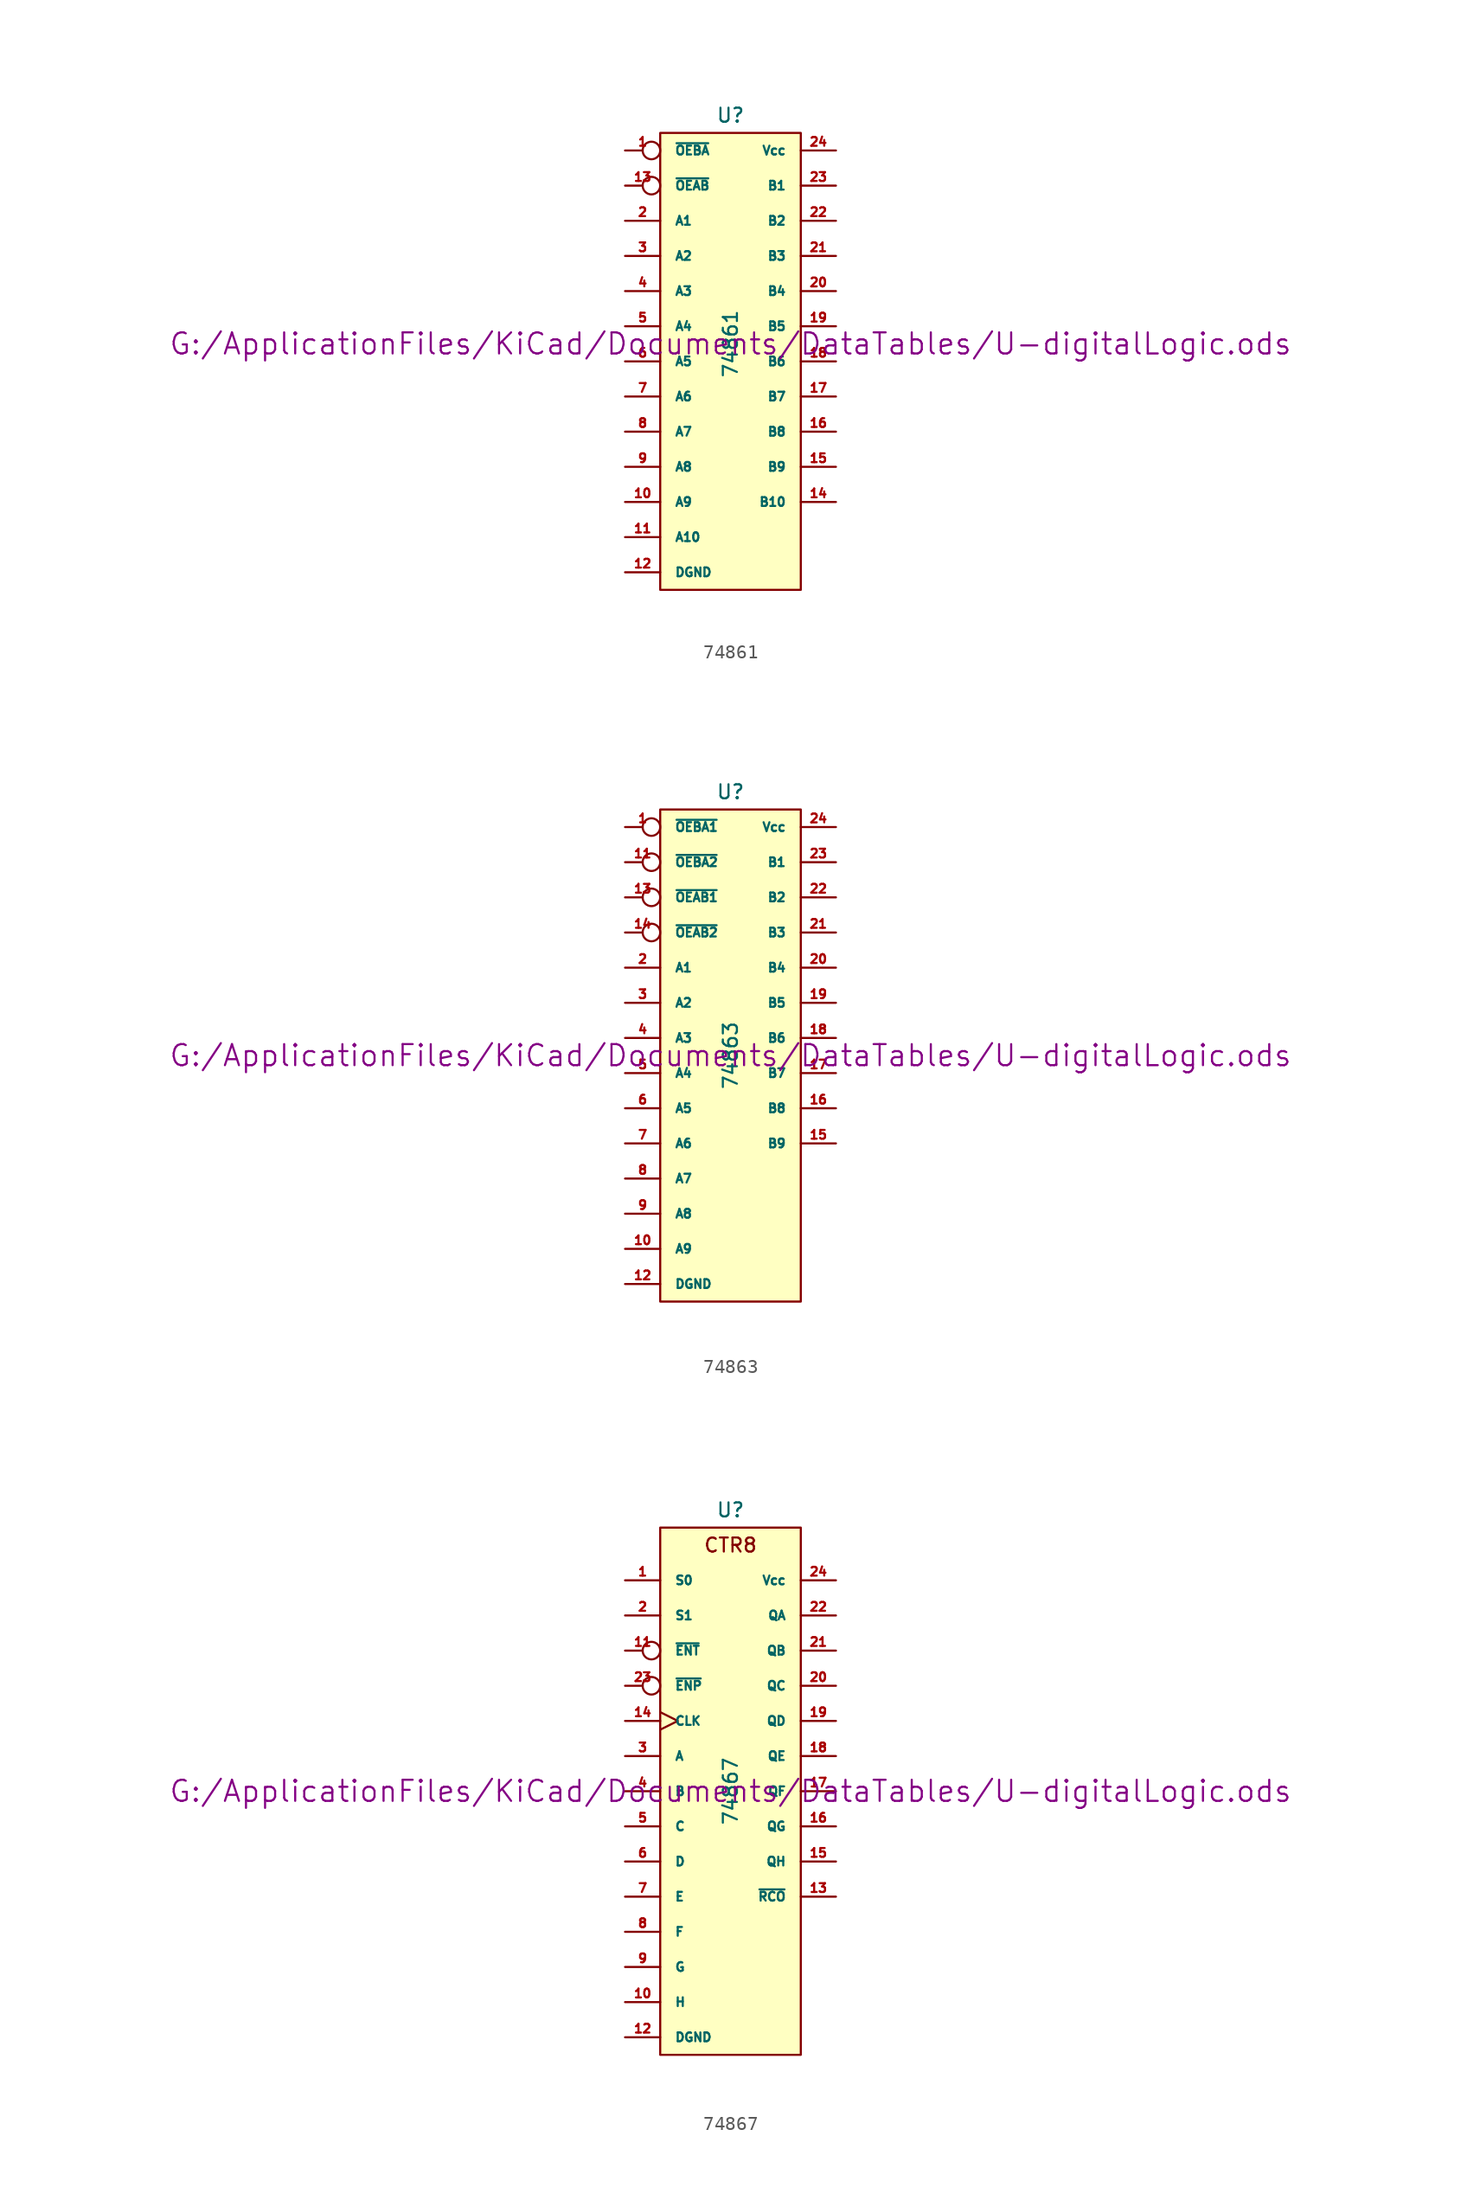
<source format=kicad_sym>
(kicad_symbol_lib
  (version 20211014)
  (generator kicad_symbol_editor)
  (symbol "74861"
    (pin_names
      (offset 1.016))
    (property "Reference" "U"
      (at 0 16.51 0)
      (effects (font (size 1.016 1.016))))
    (property "Value" "74861"
      (at 0 0 90)
      (effects (font (size 1.016 1.016))))
    (property "Footprint" ""
      (at 0 0 0)
      (effects (font (size 1.524 1.524))))
    (property "Datasheet" "G:/ApplicationFiles/KiCad/Documents/DataTables/U-digitalLogic.ods"
      (at 0 0 0)
      (effects (font (size 1.524 1.524))))
    (symbol "74861_0_1"
      (rectangle (start -5.08 15.24) (end 5.08 -17.78) (stroke (width 0) (type default) (color 0 0 0 0)) (fill (type background))))
    (symbol "74861_1_1"
      (pin input inverted (at -7.62 13.97 0) (length 2.54) (name "~{OEBA}" (effects (font (size 0.635 0.635)))) (number "1" (effects (font (size 0.635 0.635)))))
      (pin tri_state line (at -7.62 -11.43 0) (length 2.54) (name "A9" (effects (font (size 0.635 0.635)))) (number "10" (effects (font (size 0.635 0.635)))))
      (pin tri_state line (at -7.62 -13.97 0) (length 2.54) (name "A10" (effects (font (size 0.635 0.635)))) (number "11" (effects (font (size 0.635 0.635)))))
      (pin power_in line (at -7.62 -16.51 0) (length 2.54) (name "DGND" (effects (font (size 0.635 0.635)))) (number "12" (effects (font (size 0.635 0.635)))))
      (pin input inverted (at -7.62 11.43 0) (length 2.54) (name "~{OEAB}" (effects (font (size 0.635 0.635)))) (number "13" (effects (font (size 0.635 0.635)))))
      (pin tri_state line (at 7.62 -11.43 180) (length 2.54) (name "B10" (effects (font (size 0.635 0.635)))) (number "14" (effects (font (size 0.635 0.635)))))
      (pin tri_state line (at 7.62 -8.89 180) (length 2.54) (name "B9" (effects (font (size 0.635 0.635)))) (number "15" (effects (font (size 0.635 0.635)))))
      (pin tri_state line (at 7.62 -6.35 180) (length 2.54) (name "B8" (effects (font (size 0.635 0.635)))) (number "16" (effects (font (size 0.635 0.635)))))
      (pin tri_state line (at 7.62 -3.81 180) (length 2.54) (name "B7" (effects (font (size 0.635 0.635)))) (number "17" (effects (font (size 0.635 0.635)))))
      (pin tri_state line (at 7.62 -1.27 180) (length 2.54) (name "B6" (effects (font (size 0.635 0.635)))) (number "18" (effects (font (size 0.635 0.635)))))
      (pin tri_state line (at 7.62 1.27 180) (length 2.54) (name "B5" (effects (font (size 0.635 0.635)))) (number "19" (effects (font (size 0.635 0.635)))))
      (pin tri_state line (at -7.62 8.89 0) (length 2.54) (name "A1" (effects (font (size 0.635 0.635)))) (number "2" (effects (font (size 0.635 0.635)))))
      (pin tri_state line (at 7.62 3.81 180) (length 2.54) (name "B4" (effects (font (size 0.635 0.635)))) (number "20" (effects (font (size 0.635 0.635)))))
      (pin tri_state line (at 7.62 6.35 180) (length 2.54) (name "B3" (effects (font (size 0.635 0.635)))) (number "21" (effects (font (size 0.635 0.635)))))
      (pin tri_state line (at 7.62 8.89 180) (length 2.54) (name "B2" (effects (font (size 0.635 0.635)))) (number "22" (effects (font (size 0.635 0.635)))))
      (pin tri_state line (at 7.62 11.43 180) (length 2.54) (name "B1" (effects (font (size 0.635 0.635)))) (number "23" (effects (font (size 0.635 0.635)))))
      (pin power_in line (at 7.62 13.97 180) (length 2.54) (name "Vcc" (effects (font (size 0.635 0.635)))) (number "24" (effects (font (size 0.635 0.635)))))
      (pin tri_state line (at -7.62 6.35 0) (length 2.54) (name "A2" (effects (font (size 0.635 0.635)))) (number "3" (effects (font (size 0.635 0.635)))))
      (pin tri_state line (at -7.62 3.81 0) (length 2.54) (name "A3" (effects (font (size 0.635 0.635)))) (number "4" (effects (font (size 0.635 0.635)))))
      (pin tri_state line (at -7.62 1.27 0) (length 2.54) (name "A4" (effects (font (size 0.635 0.635)))) (number "5" (effects (font (size 0.635 0.635)))))
      (pin tri_state line (at -7.62 -1.27 0) (length 2.54) (name "A5" (effects (font (size 0.635 0.635)))) (number "6" (effects (font (size 0.635 0.635)))))
      (pin tri_state line (at -7.62 -3.81 0) (length 2.54) (name "A6" (effects (font (size 0.635 0.635)))) (number "7" (effects (font (size 0.635 0.635)))))
      (pin tri_state line (at -7.62 -6.35 0) (length 2.54) (name "A7" (effects (font (size 0.635 0.635)))) (number "8" (effects (font (size 0.635 0.635)))))
      (pin tri_state line (at -7.62 -8.89 0) (length 2.54) (name "A8" (effects (font (size 0.635 0.635)))) (number "9" (effects (font (size 0.635 0.635)))))))
  (symbol "74863"
    (pin_names
      (offset 1.016))
    (property "Reference" "U"
      (at 0 19.05 0)
      (effects (font (size 1.016 1.016))))
    (property "Value" "74863"
      (at 0 0 90)
      (effects (font (size 1.016 1.016))))
    (property "Footprint" ""
      (at 0 0 0)
      (effects (font (size 1.524 1.524))))
    (property "Datasheet" "G:/ApplicationFiles/KiCad/Documents/DataTables/U-digitalLogic.ods"
      (at 0 0 0)
      (effects (font (size 1.524 1.524))))
    (symbol "74863_0_1"
      (rectangle (start -5.08 17.78) (end 5.08 -17.78) (stroke (width 0) (type default) (color 0 0 0 0)) (fill (type background))))
    (symbol "74863_1_1"
      (pin input inverted (at -7.62 16.51 0) (length 2.54) (name "~{OEBA1}" (effects (font (size 0.635 0.635)))) (number "1" (effects (font (size 0.635 0.635)))))
      (pin tri_state line (at -7.62 -13.97 0) (length 2.54) (name "A9" (effects (font (size 0.635 0.635)))) (number "10" (effects (font (size 0.635 0.635)))))
      (pin input inverted (at -7.62 13.97 0) (length 2.54) (name "~{OEBA2}" (effects (font (size 0.635 0.635)))) (number "11" (effects (font (size 0.635 0.635)))))
      (pin power_in line (at -7.62 -16.51 0) (length 2.54) (name "DGND" (effects (font (size 0.635 0.635)))) (number "12" (effects (font (size 0.635 0.635)))))
      (pin input inverted (at -7.62 11.43 0) (length 2.54) (name "~{OEAB1}" (effects (font (size 0.635 0.635)))) (number "13" (effects (font (size 0.635 0.635)))))
      (pin input inverted (at -7.62 8.89 0) (length 2.54) (name "~{OEAB2}" (effects (font (size 0.635 0.635)))) (number "14" (effects (font (size 0.635 0.635)))))
      (pin tri_state line (at 7.62 -6.35 180) (length 2.54) (name "B9" (effects (font (size 0.635 0.635)))) (number "15" (effects (font (size 0.635 0.635)))))
      (pin tri_state line (at 7.62 -3.81 180) (length 2.54) (name "B8" (effects (font (size 0.635 0.635)))) (number "16" (effects (font (size 0.635 0.635)))))
      (pin tri_state line (at 7.62 -1.27 180) (length 2.54) (name "B7" (effects (font (size 0.635 0.635)))) (number "17" (effects (font (size 0.635 0.635)))))
      (pin tri_state line (at 7.62 1.27 180) (length 2.54) (name "B6" (effects (font (size 0.635 0.635)))) (number "18" (effects (font (size 0.635 0.635)))))
      (pin tri_state line (at 7.62 3.81 180) (length 2.54) (name "B5" (effects (font (size 0.635 0.635)))) (number "19" (effects (font (size 0.635 0.635)))))
      (pin tri_state line (at -7.62 6.35 0) (length 2.54) (name "A1" (effects (font (size 0.635 0.635)))) (number "2" (effects (font (size 0.635 0.635)))))
      (pin tri_state line (at 7.62 6.35 180) (length 2.54) (name "B4" (effects (font (size 0.635 0.635)))) (number "20" (effects (font (size 0.635 0.635)))))
      (pin tri_state line (at 7.62 8.89 180) (length 2.54) (name "B3" (effects (font (size 0.635 0.635)))) (number "21" (effects (font (size 0.635 0.635)))))
      (pin tri_state line (at 7.62 11.43 180) (length 2.54) (name "B2" (effects (font (size 0.635 0.635)))) (number "22" (effects (font (size 0.635 0.635)))))
      (pin tri_state line (at 7.62 13.97 180) (length 2.54) (name "B1" (effects (font (size 0.635 0.635)))) (number "23" (effects (font (size 0.635 0.635)))))
      (pin power_in line (at 7.62 16.51 180) (length 2.54) (name "Vcc" (effects (font (size 0.635 0.635)))) (number "24" (effects (font (size 0.635 0.635)))))
      (pin tri_state line (at -7.62 3.81 0) (length 2.54) (name "A2" (effects (font (size 0.635 0.635)))) (number "3" (effects (font (size 0.635 0.635)))))
      (pin tri_state line (at -7.62 1.27 0) (length 2.54) (name "A3" (effects (font (size 0.635 0.635)))) (number "4" (effects (font (size 0.635 0.635)))))
      (pin tri_state line (at -7.62 -1.27 0) (length 2.54) (name "A4" (effects (font (size 0.635 0.635)))) (number "5" (effects (font (size 0.635 0.635)))))
      (pin tri_state line (at -7.62 -3.81 0) (length 2.54) (name "A5" (effects (font (size 0.635 0.635)))) (number "6" (effects (font (size 0.635 0.635)))))
      (pin tri_state line (at -7.62 -6.35 0) (length 2.54) (name "A6" (effects (font (size 0.635 0.635)))) (number "7" (effects (font (size 0.635 0.635)))))
      (pin tri_state line (at -7.62 -8.89 0) (length 2.54) (name "A7" (effects (font (size 0.635 0.635)))) (number "8" (effects (font (size 0.635 0.635)))))
      (pin tri_state line (at -7.62 -11.43 0) (length 2.54) (name "A8" (effects (font (size 0.635 0.635)))) (number "9" (effects (font (size 0.635 0.635)))))))
  (symbol "74867"
    (pin_names
      (offset 1.016))
    (property "Reference" "U"
      (at 0 20.32 0)
      (effects (font (size 1.016 1.016))))
    (property "Value" "74867"
      (at 0 0 90)
      (effects (font (size 1.016 1.016))))
    (property "Footprint" ""
      (at 0 0 0)
      (effects (font (size 1.524 1.524))))
    (property "Datasheet" "G:/ApplicationFiles/KiCad/Documents/DataTables/U-digitalLogic.ods"
      (at 0 0 0)
      (effects (font (size 1.524 1.524))))
    (symbol "74867_0_0"
      (text "CTR8" (at 0 17.78 0) (effects (font (size 1.016 1.016)))))
    (symbol "74867_0_1"
      (rectangle (start -5.08 19.05) (end 5.08 -19.05) (stroke (width 0) (type default) (color 0 0 0 0)) (fill (type background))))
    (symbol "74867_1_1"
      (pin input line (at -7.62 15.24 0) (length 2.54) (name "S0" (effects (font (size 0.635 0.635)))) (number "1" (effects (font (size 0.635 0.635)))))
      (pin input line (at -7.62 -15.24 0) (length 2.54) (name "H" (effects (font (size 0.635 0.635)))) (number "10" (effects (font (size 0.635 0.635)))))
      (pin input inverted (at -7.62 10.16 0) (length 2.54) (name "~{ENT}" (effects (font (size 0.635 0.635)))) (number "11" (effects (font (size 0.635 0.635)))))
      (pin power_in line (at -7.62 -17.78 0) (length 2.54) (name "DGND" (effects (font (size 0.635 0.635)))) (number "12" (effects (font (size 0.635 0.635)))))
      (pin output line (at 7.62 -7.62 180) (length 2.54) (name "~{RCO}" (effects (font (size 0.635 0.635)))) (number "13" (effects (font (size 0.635 0.635)))))
      (pin input clock (at -7.62 5.08 0) (length 2.54) (name "CLK" (effects (font (size 0.635 0.635)))) (number "14" (effects (font (size 0.635 0.635)))))
      (pin output line (at 7.62 -5.08 180) (length 2.54) (name "QH" (effects (font (size 0.635 0.635)))) (number "15" (effects (font (size 0.635 0.635)))))
      (pin output line (at 7.62 -2.54 180) (length 2.54) (name "QG" (effects (font (size 0.635 0.635)))) (number "16" (effects (font (size 0.635 0.635)))))
      (pin output line (at 7.62 0 180) (length 2.54) (name "QF" (effects (font (size 0.635 0.635)))) (number "17" (effects (font (size 0.635 0.635)))))
      (pin output line (at 7.62 2.54 180) (length 2.54) (name "QE" (effects (font (size 0.635 0.635)))) (number "18" (effects (font (size 0.635 0.635)))))
      (pin output line (at 7.62 5.08 180) (length 2.54) (name "QD" (effects (font (size 0.635 0.635)))) (number "19" (effects (font (size 0.635 0.635)))))
      (pin input line (at -7.62 12.7 0) (length 2.54) (name "S1" (effects (font (size 0.635 0.635)))) (number "2" (effects (font (size 0.635 0.635)))))
      (pin output line (at 7.62 7.62 180) (length 2.54) (name "QC" (effects (font (size 0.635 0.635)))) (number "20" (effects (font (size 0.635 0.635)))))
      (pin output line (at 7.62 10.16 180) (length 2.54) (name "QB" (effects (font (size 0.635 0.635)))) (number "21" (effects (font (size 0.635 0.635)))))
      (pin output line (at 7.62 12.7 180) (length 2.54) (name "QA" (effects (font (size 0.635 0.635)))) (number "22" (effects (font (size 0.635 0.635)))))
      (pin input inverted (at -7.62 7.62 0) (length 2.54) (name "~{ENP}" (effects (font (size 0.635 0.635)))) (number "23" (effects (font (size 0.635 0.635)))))
      (pin power_in line (at 7.62 15.24 180) (length 2.54) (name "Vcc" (effects (font (size 0.635 0.635)))) (number "24" (effects (font (size 0.635 0.635)))))
      (pin input line (at -7.62 2.54 0) (length 2.54) (name "A" (effects (font (size 0.635 0.635)))) (number "3" (effects (font (size 0.635 0.635)))))
      (pin input line (at -7.62 0 0) (length 2.54) (name "B" (effects (font (size 0.635 0.635)))) (number "4" (effects (font (size 0.635 0.635)))))
      (pin input line (at -7.62 -2.54 0) (length 2.54) (name "C" (effects (font (size 0.635 0.635)))) (number "5" (effects (font (size 0.635 0.635)))))
      (pin input line (at -7.62 -5.08 0) (length 2.54) (name "D" (effects (font (size 0.635 0.635)))) (number "6" (effects (font (size 0.635 0.635)))))
      (pin input line (at -7.62 -7.62 0) (length 2.54) (name "E" (effects (font (size 0.635 0.635)))) (number "7" (effects (font (size 0.635 0.635)))))
      (pin input line (at -7.62 -10.16 0) (length 2.54) (name "F" (effects (font (size 0.635 0.635)))) (number "8" (effects (font (size 0.635 0.635)))))
      (pin input line (at -7.62 -12.7 0) (length 2.54) (name "G" (effects (font (size 0.635 0.635)))) (number "9" (effects (font (size 0.635 0.635))))))))
</source>
